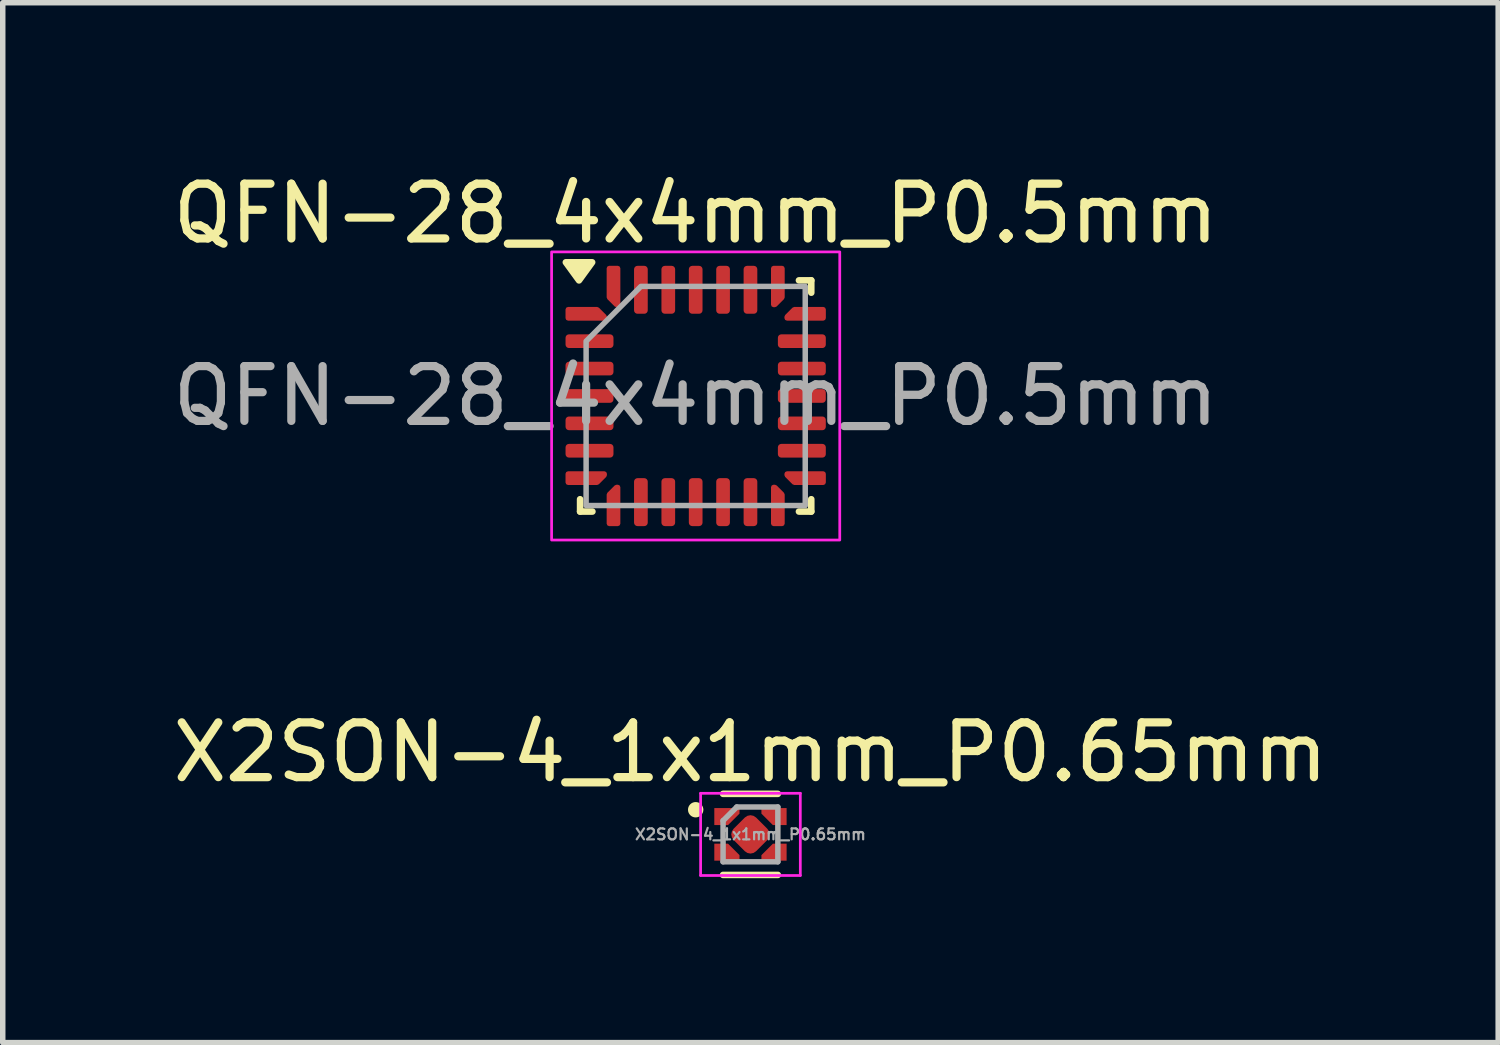
<source format=kicad_pcb>
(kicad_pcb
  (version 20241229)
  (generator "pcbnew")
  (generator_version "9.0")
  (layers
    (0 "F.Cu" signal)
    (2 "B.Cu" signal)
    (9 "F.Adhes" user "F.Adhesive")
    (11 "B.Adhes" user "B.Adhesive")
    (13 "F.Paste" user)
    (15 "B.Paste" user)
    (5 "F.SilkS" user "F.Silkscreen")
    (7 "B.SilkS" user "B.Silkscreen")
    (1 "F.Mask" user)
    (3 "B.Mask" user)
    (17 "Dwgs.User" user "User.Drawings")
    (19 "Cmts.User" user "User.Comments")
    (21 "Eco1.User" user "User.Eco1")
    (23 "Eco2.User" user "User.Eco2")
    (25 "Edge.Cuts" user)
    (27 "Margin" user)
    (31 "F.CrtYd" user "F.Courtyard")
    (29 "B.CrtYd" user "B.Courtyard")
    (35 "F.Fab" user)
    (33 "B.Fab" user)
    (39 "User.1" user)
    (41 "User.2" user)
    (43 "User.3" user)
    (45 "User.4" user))
  (footprint "QFN-28_4x4mm_P0.5mm"
    (layer "F.Cu")
    (at 9.649 4.178)
    (property "Reference" "QFN-28_4x4mm_P0.5mm" (at 0 -3.33 0) (layer "F.SilkS") (effects (font (size 1 1) (thickness 0.15))))
    (attr smd)
    (fp_line (start -2.11 2.11) (end -2.11 1.885) (stroke (width 0.12) (type solid)) (layer "F.SilkS"))
    (fp_line (start -1.885 2.11) (end -2.11 2.11) (stroke (width 0.12) (type solid)) (layer "F.SilkS"))
    (fp_line (start 1.885 -2.11) (end 2.11 -2.11) (stroke (width 0.12) (type solid)) (layer "F.SilkS"))
    (fp_line (start 1.885 2.11) (end 2.11 2.11) (stroke (width 0.12) (type solid)) (layer "F.SilkS"))
    (fp_line (start 2.11 -2.11) (end 2.11 -1.885) (stroke (width 0.12) (type solid)) (layer "F.SilkS"))
    (fp_line (start 2.11 2.11) (end 2.11 1.885) (stroke (width 0.12) (type solid)) (layer "F.SilkS"))
    (fp_poly (pts (xy -2.13 -2.11) (xy -2.37 -2.44) (xy -1.89 -2.44)) (stroke (width 0.12) (type solid)) (fill yes) (layer "F.SilkS"))
    (fp_rect (start -2.63 -2.63) (end 2.63 2.63) (stroke (width 0.05) (type solid)) (fill no) (layer "F.CrtYd"))
    (fp_poly (pts (xy -2 -1) (xy -2 2) (xy 2 2) (xy 2 -2) (xy -1 -2)) (stroke (width 0.1) (type solid)) (fill no) (layer "F.Fab"))
    (fp_text user "${REFERENCE}" (at 0 0 0) (layer "F.Fab") (effects (font (size 1 1) (thickness 0.15))))
    (pad "1" smd custom (at -1.998 -1.5) (size 0.137 0.137) (layers "F.Cu" "F.Mask" "F.Paste") (options (anchor circle)) (primitives (gr_poly (pts (xy -0.333 -0.08) (xy 0.199 -0.08) (xy 0.333 0.054) (xy 0.333 0.08) (xy -0.333 0.08)) (width 0.09) (fill yes))))
    (pad "2" smd roundrect (at -1.938 -1) (size 0.875 0.25) (layers "F.Cu" "F.Mask" "F.Paste") (roundrect_rratio 0.25))
    (pad "3" smd roundrect (at -1.938 -0.5) (size 0.875 0.25) (layers "F.Cu" "F.Mask" "F.Paste") (roundrect_rratio 0.25))
    (pad "4" smd roundrect (at -1.938 0) (size 0.875 0.25) (layers "F.Cu" "F.Mask" "F.Paste") (roundrect_rratio 0.25))
    (pad "5" smd roundrect (at -1.938 0.5) (size 0.875 0.25) (layers "F.Cu" "F.Mask" "F.Paste") (roundrect_rratio 0.25))
    (pad "6" smd roundrect (at -1.938 1) (size 0.875 0.25) (layers "F.Cu" "F.Mask" "F.Paste") (roundrect_rratio 0.25))
    (pad "7" smd custom (at -1.998 1.5) (size 0.137 0.137) (layers "F.Cu" "F.Mask" "F.Paste") (options (anchor circle)) (primitives (gr_poly (pts (xy -0.333 -0.08) (xy 0.333 -0.08) (xy 0.333 -0.054) (xy 0.199 0.08) (xy -0.333 0.08)) (width 0.09) (fill yes))))
    (pad "8" smd custom (at -1.5 1.998) (size 0.137 0.137) (layers "F.Cu" "F.Mask" "F.Paste") (options (anchor circle)) (primitives (gr_poly (pts (xy -0.08 -0.199) (xy 0.054 -0.333) (xy 0.08 -0.333) (xy 0.08 0.333) (xy -0.08 0.333)) (width 0.09) (fill yes))))
    (pad "9" smd roundrect (at -1 1.938) (size 0.25 0.875) (layers "F.Cu" "F.Mask" "F.Paste") (roundrect_rratio 0.25))
    (pad "10" smd roundrect (at -0.5 1.938) (size 0.25 0.875) (layers "F.Cu" "F.Mask" "F.Paste") (roundrect_rratio 0.25))
    (pad "11" smd roundrect (at 0 1.938) (size 0.25 0.875) (layers "F.Cu" "F.Mask" "F.Paste") (roundrect_rratio 0.25))
    (pad "12" smd roundrect (at 0.5 1.938) (size 0.25 0.875) (layers "F.Cu" "F.Mask" "F.Paste") (roundrect_rratio 0.25))
    (pad "13" smd roundrect (at 1 1.938) (size 0.25 0.875) (layers "F.Cu" "F.Mask" "F.Paste") (roundrect_rratio 0.25))
    (pad "14" smd custom (at 1.5 1.998) (size 0.137 0.137) (layers "F.Cu" "F.Mask" "F.Paste") (options (anchor circle)) (primitives (gr_poly (pts (xy -0.08 -0.333) (xy -0.054 -0.333) (xy 0.08 -0.199) (xy 0.08 0.333) (xy -0.08 0.333)) (width 0.09) (fill yes))))
    (pad "15" smd custom (at 1.998 1.5) (size 0.137 0.137) (layers "F.Cu" "F.Mask" "F.Paste") (options (anchor circle)) (primitives (gr_poly (pts (xy -0.333 -0.08) (xy 0.333 -0.08) (xy 0.333 0.08) (xy -0.199 0.08) (xy -0.333 -0.054)) (width 0.09) (fill yes))))
    (pad "16" smd roundrect (at 1.938 1) (size 0.875 0.25) (layers "F.Cu" "F.Mask" "F.Paste") (roundrect_rratio 0.25))
    (pad "17" smd roundrect (at 1.938 0.5) (size 0.875 0.25) (layers "F.Cu" "F.Mask" "F.Paste") (roundrect_rratio 0.25))
    (pad "18" smd roundrect (at 1.938 0) (size 0.875 0.25) (layers "F.Cu" "F.Mask" "F.Paste") (roundrect_rratio 0.25))
    (pad "19" smd roundrect (at 1.938 -0.5) (size 0.875 0.25) (layers "F.Cu" "F.Mask" "F.Paste") (roundrect_rratio 0.25))
    (pad "20" smd roundrect (at 1.938 -1) (size 0.875 0.25) (layers "F.Cu" "F.Mask" "F.Paste") (roundrect_rratio 0.25))
    (pad "21" smd custom (at 1.998 -1.5) (size 0.137 0.137) (layers "F.Cu" "F.Mask" "F.Paste") (options (anchor circle)) (primitives (gr_poly (pts (xy -0.333 0.054) (xy -0.199 -0.08) (xy 0.333 -0.08) (xy 0.333 0.08) (xy -0.333 0.08)) (width 0.09) (fill yes))))
    (pad "22" smd custom (at 1.5 -1.998) (size 0.137 0.137) (layers "F.Cu" "F.Mask" "F.Paste") (options (anchor circle)) (primitives (gr_poly (pts (xy -0.08 -0.333) (xy 0.08 -0.333) (xy 0.08 0.199) (xy -0.054 0.333) (xy -0.08 0.333)) (width 0.09) (fill yes))))
    (pad "23" smd roundrect (at 1 -1.938) (size 0.25 0.875) (layers "F.Cu" "F.Mask" "F.Paste") (roundrect_rratio 0.25))
    (pad "24" smd roundrect (at 0.5 -1.938) (size 0.25 0.875) (layers "F.Cu" "F.Mask" "F.Paste") (roundrect_rratio 0.25))
    (pad "25" smd roundrect (at 0 -1.938) (size 0.25 0.875) (layers "F.Cu" "F.Mask" "F.Paste") (roundrect_rratio 0.25))
    (pad "26" smd roundrect (at -0.5 -1.938) (size 0.25 0.875) (layers "F.Cu" "F.Mask" "F.Paste") (roundrect_rratio 0.25))
    (pad "27" smd roundrect (at -1 -1.938) (size 0.25 0.875) (layers "F.Cu" "F.Mask" "F.Paste") (roundrect_rratio 0.25))
    (pad "28" smd custom (at -1.5 -1.998) (size 0.137 0.137) (layers "F.Cu" "F.Mask" "F.Paste") (options (anchor circle)) (primitives (gr_poly (pts (xy -0.08 -0.333) (xy 0.08 -0.333) (xy 0.08 0.333) (xy 0.054 0.333) (xy -0.08 0.199)) (width 0.09) (fill yes)))))
  (footprint "X2SON-4_1x1mm_P0.65mm"
    (layer "F.Cu")
    (at 10.649 12.181)
    (property "Reference" "X2SON-4_1x1mm_P0.65mm" (at 0 -1.5 0) (layer "F.SilkS") (effects (font (size 1 1) (thickness 0.15))))
    (attr smd)
    (fp_line (start -0.5 -0.74) (end 0.5 -0.74) (stroke (width 0.12) (type solid)) (layer "F.SilkS"))
    (fp_line (start -0.5 0.74) (end 0.5 0.74) (stroke (width 0.12) (type solid)) (layer "F.SilkS"))
    (fp_circle (center -1 -0.45) (end -0.86 -0.46) (stroke (width 0) (type solid)) (fill yes) (layer "F.SilkS"))
    (fp_line (start -0.91 -0.75) (end 0.91 -0.75) (stroke (width 0.05) (type solid)) (layer "F.CrtYd"))
    (fp_line (start -0.91 0.75) (end -0.91 -0.75) (stroke (width 0.05) (type solid)) (layer "F.CrtYd"))
    (fp_line (start 0.91 -0.75) (end 0.91 0.75) (stroke (width 0.05) (type solid)) (layer "F.CrtYd"))
    (fp_line (start 0.91 0.75) (end -0.91 0.75) (stroke (width 0.05) (type solid)) (layer "F.CrtYd"))
    (fp_line (start -0.5 -0.25) (end -0.25 -0.5) (stroke (width 0.1) (type solid)) (layer "F.Fab"))
    (fp_line (start -0.5 0.5) (end -0.5 -0.25) (stroke (width 0.1) (type solid)) (layer "F.Fab"))
    (fp_line (start -0.25 -0.5) (end 0.5 -0.5) (stroke (width 0.1) (type solid)) (layer "F.Fab"))
    (fp_line (start 0.5 -0.5) (end 0.5 0.5) (stroke (width 0.1) (type solid)) (layer "F.Fab"))
    (fp_line (start 0.5 0.5) (end -0.5 0.5) (stroke (width 0.1) (type solid)) (layer "F.Fab"))
    (fp_text user "${REFERENCE}" (at 0 0 0) (layer "F.Fab") (effects (font (size 0.2 0.2) (thickness 0.04))))
    (pad "" smd custom (at -0.43 -0.325) (size 0.148 0.148) (layers "F.Mask") (options (anchor circle)) (primitives (gr_poly (pts (xy 0.18 -0.075) (xy 0 0.105) (xy -0.18 0.105) (xy -0.18 -0.105) (xy 0.18 -0.105)) (width 0) (fill yes))))
    (pad "" smd custom (at -0.43 -0.325) (size 0.148 0.148) (layers "F.Paste") (options (anchor circle)) (primitives (gr_poly (pts (xy 0.18 -0.075) (xy 0 0.105) (xy -0.22 0.105) (xy -0.22 -0.105) (xy 0.18 -0.105)) (width 0) (fill yes))))
    (pad "" smd custom (at -0.43 0.325) (size 0.148 0.148) (layers "F.Mask") (options (anchor circle)) (primitives (gr_poly (pts (xy 0.18 0.075) (xy 0.18 0.105) (xy -0.18 0.105) (xy -0.18 -0.105) (xy 0 -0.105)) (width 0) (fill yes))))
    (pad "" smd custom (at -0.43 0.325) (size 0.148 0.148) (layers "F.Paste") (options (anchor circle)) (primitives (gr_poly (pts (xy 0.18 0.075) (xy 0.18 0.105) (xy -0.22 0.105) (xy -0.22 -0.105) (xy 0 -0.105)) (width 0) (fill yes))))
    (pad "" smd custom (at 0.43 -0.325) (size 0.148 0.148) (layers "F.Mask") (options (anchor circle)) (primitives (gr_poly (pts (xy 0.18 0.105) (xy 0 0.105) (xy -0.18 -0.075) (xy -0.18 -0.105) (xy 0.18 -0.105)) (width 0) (fill yes))))
    (pad "" smd custom (at 0.43 -0.325) (size 0.148 0.148) (layers "F.Paste") (options (anchor circle)) (primitives (gr_poly (pts (xy 0.22 0.105) (xy 0 0.105) (xy -0.18 -0.075) (xy -0.18 -0.105) (xy 0.22 -0.105)) (width 0) (fill yes))))
    (pad "" smd custom (at 0.43 0.325) (size 0.148 0.148) (layers "F.Mask") (options (anchor circle)) (primitives (gr_poly (pts (xy 0.18 0.105) (xy -0.18 0.105) (xy -0.18 0.075) (xy 0 -0.105) (xy 0.18 -0.105)) (width 0) (fill yes))))
    (pad "" smd custom (at 0.43 0.325) (size 0.148 0.148) (layers "F.Paste") (options (anchor circle)) (primitives (gr_poly (pts (xy 0.22 0.105) (xy -0.18 0.105) (xy -0.18 0.075) (xy 0 -0.105) (xy 0.22 -0.105)) (width 0) (fill yes))))
    (pad "1" smd custom (at -0.43 -0.325) (size 0.148 0.148) (layers "F.Cu") (options (anchor circle)) (primitives (gr_poly (pts (xy 0.23 -0.054) (xy 0.021 0.155) (xy -0.23 0.155) (xy -0.23 -0.155) (xy 0.23 -0.155)) (width 0) (fill yes))))
    (pad "2" smd custom (at -0.43 0.325) (size 0.148 0.148) (layers "F.Cu") (options (anchor circle)) (primitives (gr_poly (pts (xy 0.23 0.054) (xy 0.23 0.155) (xy -0.23 0.155) (xy -0.23 -0.155) (xy 0.021 -0.155)) (width 0) (fill yes))))
    (pad "3" smd custom (at 0.43 0.325) (size 0.148 0.148) (layers "F.Cu") (options (anchor circle)) (primitives (gr_poly (pts (xy 0.23 0.155) (xy -0.23 0.155) (xy -0.23 0.054) (xy -0.021 -0.155) (xy 0.23 -0.155)) (width 0) (fill yes))))
    (pad "4" smd custom (at 0.43 -0.325) (size 0.148 0.148) (layers "F.Cu") (options (anchor circle)) (primitives (gr_poly (pts (xy 0.23 0.155) (xy -0.021 0.155) (xy -0.23 -0.054) (xy -0.23 -0.155) (xy 0.23 -0.155)) (width 0) (fill yes))))
    (pad "5" smd roundrect (at 0 0 45) (size 0.58 0.58) (layers "F.Cu" "F.Mask" "F.Paste") (roundrect_rratio 0.25)))
  (gr_rect
    (start -3 -3)
    (end 24.298 15.982)
    (stroke (width 0.1) (type default))
    (fill no)
    (layer "Edge.Cuts")))
</source>
